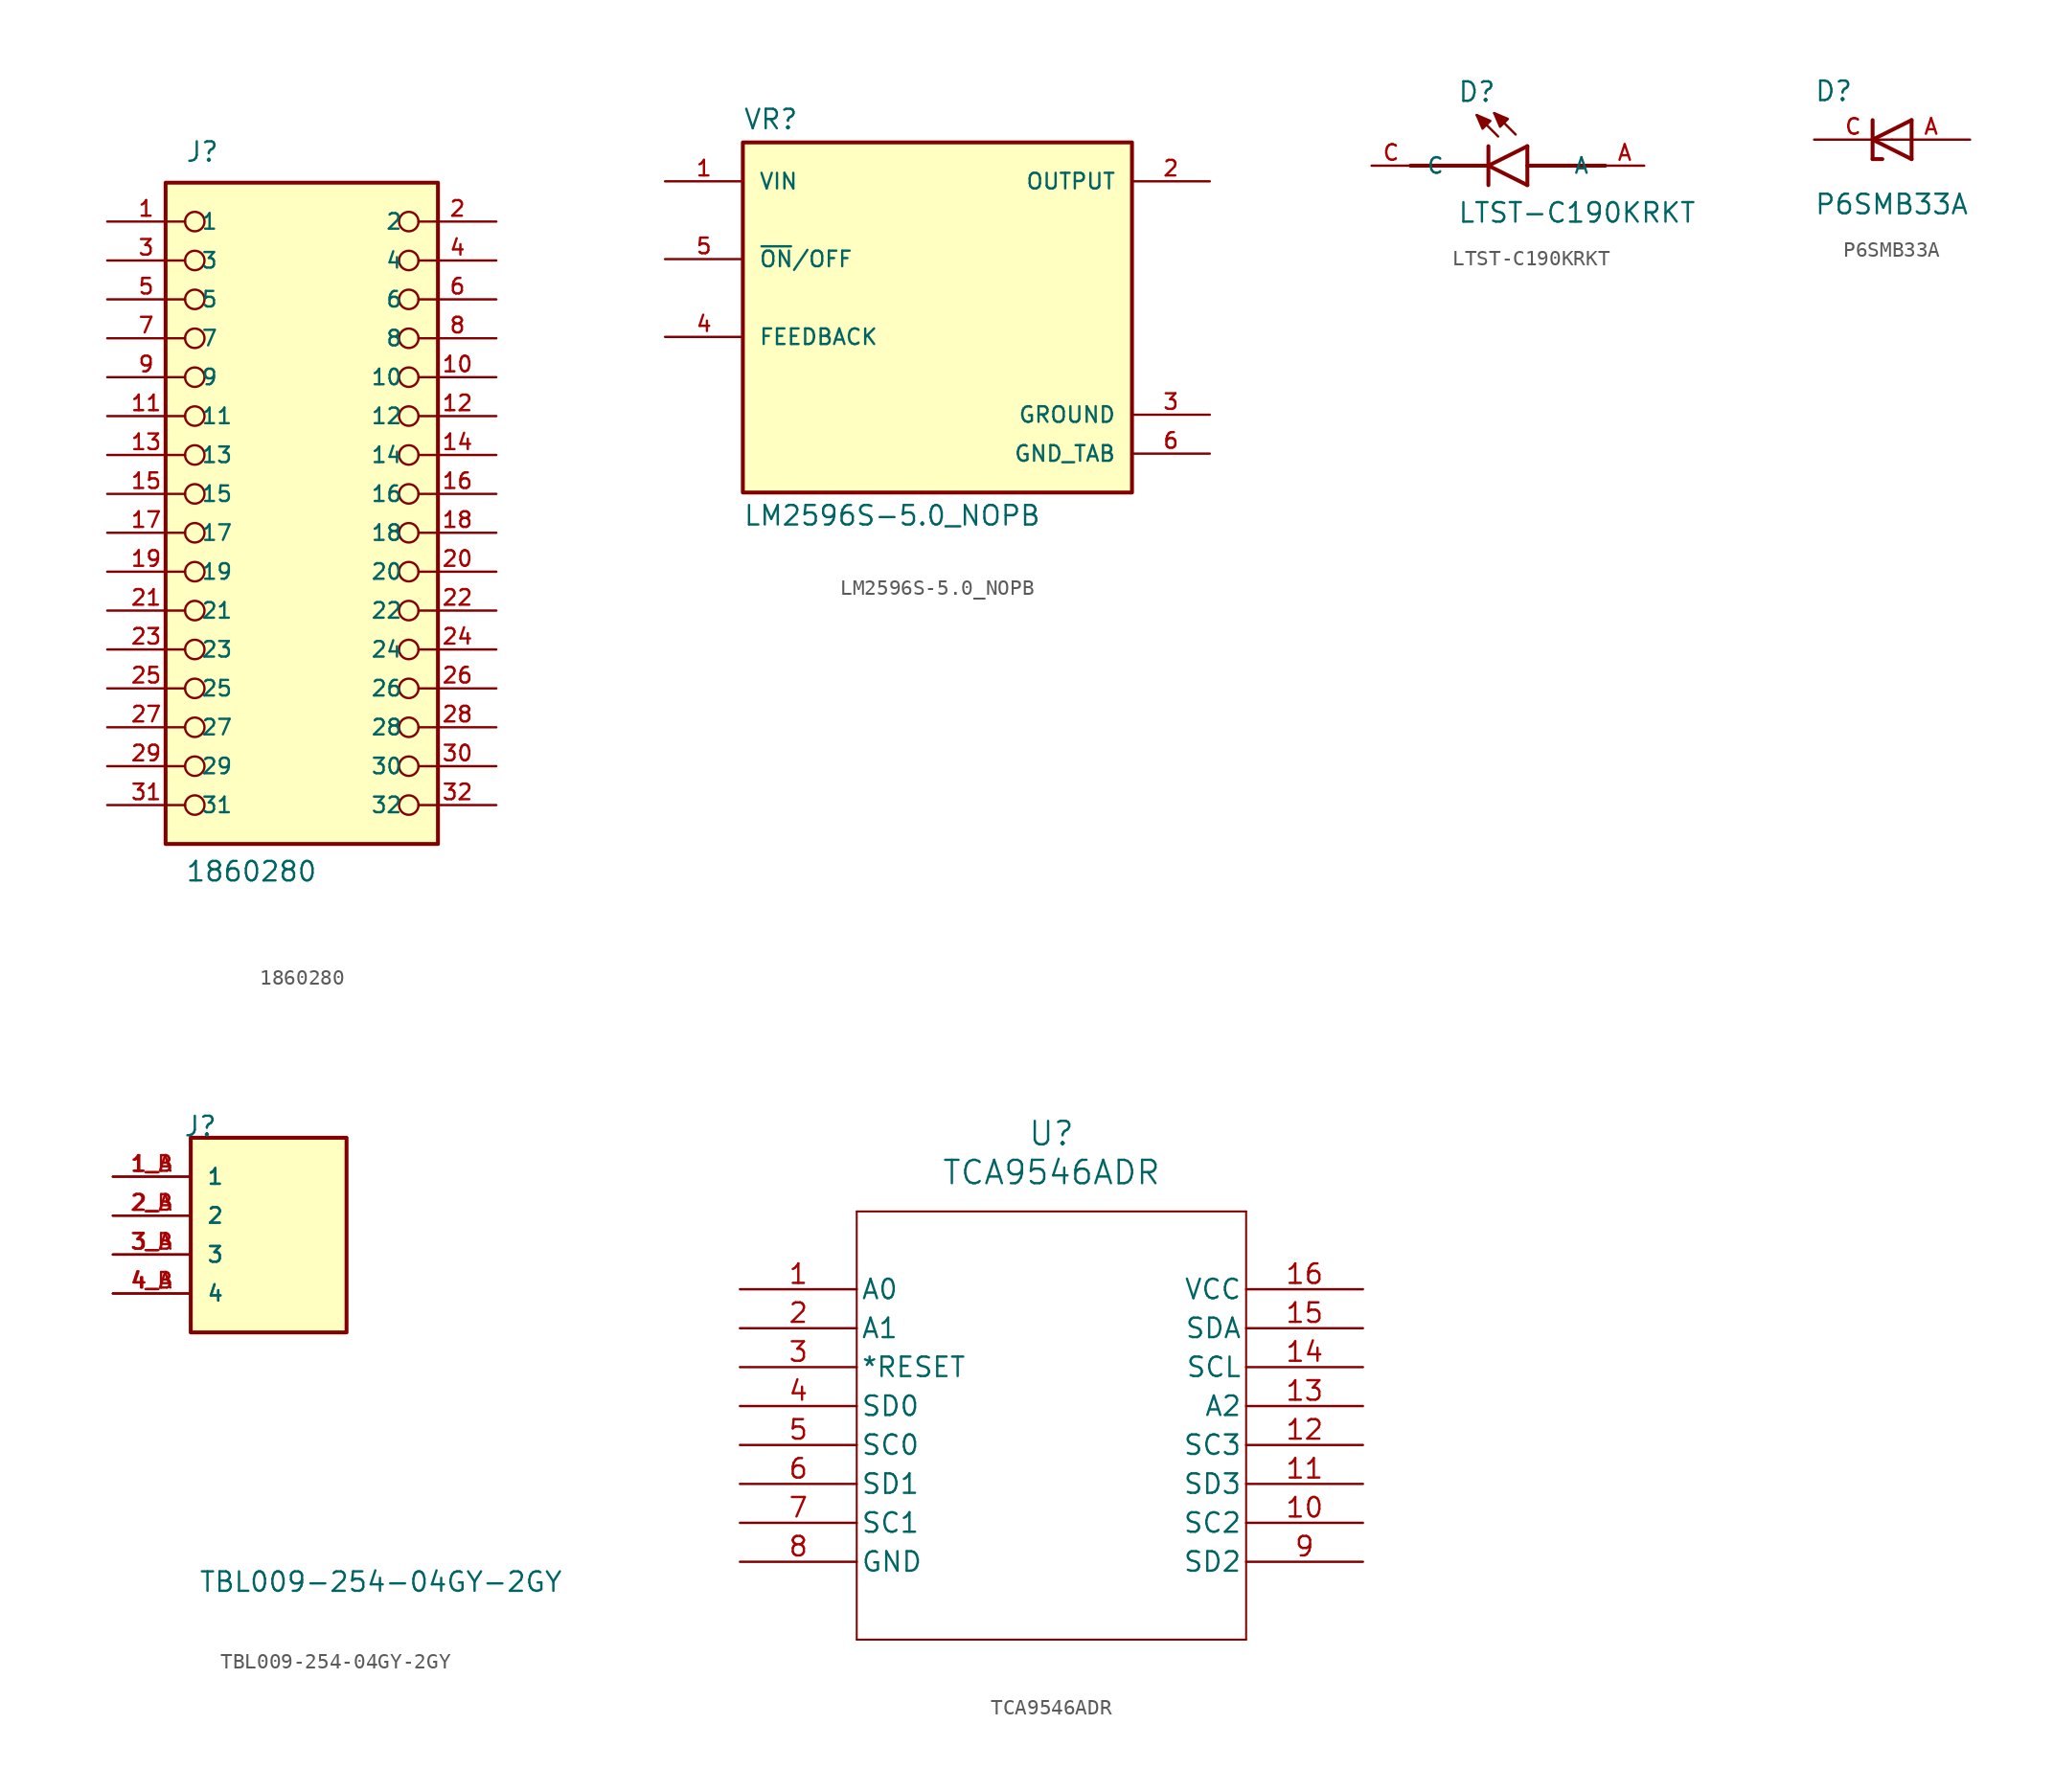
<source format=kicad_sym>
(kicad_symbol_lib
  (version 20241209)
  (generator "kicad_symbol_editor")
  (generator_version "9.0")
  (symbol "1860280"
    (pin_names
      (offset 1.016))
    (property "Reference" "J"
      (at -7.62 21.59 0)
      (effects (font (size 1.27 1.27)) (justify left bottom)))
    (property "Value" "1860280"
      (at -7.62 -25.4 0)
      (effects (font (size 1.27 1.27)) (justify left bottom)))
    (symbol "1860280_0_0"
      (rectangle (start -8.89 -22.86) (end 8.89 20.32) (stroke (width 0.254) (type default)) (fill (type background)))
      (circle (center -6.985 17.78) (radius 0.635) (stroke (width 0.152) (type default)) (fill (type none)))
      (circle (center -6.985 15.24) (radius 0.635) (stroke (width 0.152) (type default)) (fill (type none)))
      (circle (center -6.985 12.7) (radius 0.635) (stroke (width 0.152) (type default)) (fill (type none)))
      (circle (center -6.985 10.16) (radius 0.635) (stroke (width 0.152) (type default)) (fill (type none)))
      (circle (center -6.985 7.62) (radius 0.635) (stroke (width 0.152) (type default)) (fill (type none)))
      (circle (center -6.985 5.08) (radius 0.635) (stroke (width 0.152) (type default)) (fill (type none)))
      (circle (center -6.985 2.54) (radius 0.635) (stroke (width 0.152) (type default)) (fill (type none)))
      (circle (center -6.985 0) (radius 0.635) (stroke (width 0.152) (type default)) (fill (type none)))
      (circle (center -6.985 -2.54) (radius 0.635) (stroke (width 0.152) (type default)) (fill (type none)))
      (circle (center -6.985 -5.08) (radius 0.635) (stroke (width 0.152) (type default)) (fill (type none)))
      (circle (center -6.985 -7.62) (radius 0.635) (stroke (width 0.152) (type default)) (fill (type none)))
      (circle (center -6.985 -10.16) (radius 0.635) (stroke (width 0.152) (type default)) (fill (type none)))
      (circle (center -6.985 -12.7) (radius 0.635) (stroke (width 0.152) (type default)) (fill (type none)))
      (circle (center -6.985 -15.24) (radius 0.635) (stroke (width 0.152) (type default)) (fill (type none)))
      (circle (center -6.985 -17.78) (radius 0.635) (stroke (width 0.152) (type default)) (fill (type none)))
      (circle (center -6.985 -20.32) (radius 0.635) (stroke (width 0.152) (type default)) (fill (type none)))
      (circle (center 6.985 17.78) (radius 0.635) (stroke (width 0.152) (type default)) (fill (type none)))
      (circle (center 6.985 15.24) (radius 0.635) (stroke (width 0.152) (type default)) (fill (type none)))
      (circle (center 6.985 12.7) (radius 0.635) (stroke (width 0.152) (type default)) (fill (type none)))
      (circle (center 6.985 10.16) (radius 0.635) (stroke (width 0.152) (type default)) (fill (type none)))
      (circle (center 6.985 7.62) (radius 0.635) (stroke (width 0.152) (type default)) (fill (type none)))
      (circle (center 6.985 5.08) (radius 0.635) (stroke (width 0.152) (type default)) (fill (type none)))
      (circle (center 6.985 2.54) (radius 0.635) (stroke (width 0.152) (type default)) (fill (type none)))
      (circle (center 6.985 0) (radius 0.635) (stroke (width 0.152) (type default)) (fill (type none)))
      (circle (center 6.985 -2.54) (radius 0.635) (stroke (width 0.152) (type default)) (fill (type none)))
      (circle (center 6.985 -5.08) (radius 0.635) (stroke (width 0.152) (type default)) (fill (type none)))
      (circle (center 6.985 -7.62) (radius 0.635) (stroke (width 0.152) (type default)) (fill (type none)))
      (circle (center 6.985 -10.16) (radius 0.635) (stroke (width 0.152) (type default)) (fill (type none)))
      (circle (center 6.985 -12.7) (radius 0.635) (stroke (width 0.152) (type default)) (fill (type none)))
      (circle (center 6.985 -15.24) (radius 0.635) (stroke (width 0.152) (type default)) (fill (type none)))
      (circle (center 6.985 -17.78) (radius 0.635) (stroke (width 0.152) (type default)) (fill (type none)))
      (circle (center 6.985 -20.32) (radius 0.635) (stroke (width 0.152) (type default)) (fill (type none)))
      (pin passive line (at -12.7 17.78 0) (length 5.08) (name "1" (effects (font (size 1.016 1.016)))) (number "1" (effects (font (size 1.016 1.016)))))
      (pin passive line (at -12.7 15.24 0) (length 5.08) (name "3" (effects (font (size 1.016 1.016)))) (number "3" (effects (font (size 1.016 1.016)))))
      (pin passive line (at -12.7 12.7 0) (length 5.08) (name "5" (effects (font (size 1.016 1.016)))) (number "5" (effects (font (size 1.016 1.016)))))
      (pin passive line (at -12.7 10.16 0) (length 5.08) (name "7" (effects (font (size 1.016 1.016)))) (number "7" (effects (font (size 1.016 1.016)))))
      (pin passive line (at -12.7 7.62 0) (length 5.08) (name "9" (effects (font (size 1.016 1.016)))) (number "9" (effects (font (size 1.016 1.016)))))
      (pin passive line (at -12.7 5.08 0) (length 5.08) (name "11" (effects (font (size 1.016 1.016)))) (number "11" (effects (font (size 1.016 1.016)))))
      (pin passive line (at -12.7 2.54 0) (length 5.08) (name "13" (effects (font (size 1.016 1.016)))) (number "13" (effects (font (size 1.016 1.016)))))
      (pin passive line (at -12.7 0 0) (length 5.08) (name "15" (effects (font (size 1.016 1.016)))) (number "15" (effects (font (size 1.016 1.016)))))
      (pin passive line (at -12.7 -2.54 0) (length 5.08) (name "17" (effects (font (size 1.016 1.016)))) (number "17" (effects (font (size 1.016 1.016)))))
      (pin passive line (at -12.7 -5.08 0) (length 5.08) (name "19" (effects (font (size 1.016 1.016)))) (number "19" (effects (font (size 1.016 1.016)))))
      (pin passive line (at -12.7 -7.62 0) (length 5.08) (name "21" (effects (font (size 1.016 1.016)))) (number "21" (effects (font (size 1.016 1.016)))))
      (pin passive line (at -12.7 -10.16 0) (length 5.08) (name "23" (effects (font (size 1.016 1.016)))) (number "23" (effects (font (size 1.016 1.016)))))
      (pin passive line (at -12.7 -12.7 0) (length 5.08) (name "25" (effects (font (size 1.016 1.016)))) (number "25" (effects (font (size 1.016 1.016)))))
      (pin passive line (at -12.7 -15.24 0) (length 5.08) (name "27" (effects (font (size 1.016 1.016)))) (number "27" (effects (font (size 1.016 1.016)))))
      (pin passive line (at -12.7 -17.78 0) (length 5.08) (name "29" (effects (font (size 1.016 1.016)))) (number "29" (effects (font (size 1.016 1.016)))))
      (pin passive line (at -12.7 -20.32 0) (length 5.08) (name "31" (effects (font (size 1.016 1.016)))) (number "31" (effects (font (size 1.016 1.016)))))
      (pin passive line (at 12.7 17.78 180) (length 5.08) (name "2" (effects (font (size 1.016 1.016)))) (number "2" (effects (font (size 1.016 1.016)))))
      (pin passive line (at 12.7 15.24 180) (length 5.08) (name "4" (effects (font (size 1.016 1.016)))) (number "4" (effects (font (size 1.016 1.016)))))
      (pin passive line (at 12.7 12.7 180) (length 5.08) (name "6" (effects (font (size 1.016 1.016)))) (number "6" (effects (font (size 1.016 1.016)))))
      (pin passive line (at 12.7 10.16 180) (length 5.08) (name "8" (effects (font (size 1.016 1.016)))) (number "8" (effects (font (size 1.016 1.016)))))
      (pin passive line (at 12.7 7.62 180) (length 5.08) (name "10" (effects (font (size 1.016 1.016)))) (number "10" (effects (font (size 1.016 1.016)))))
      (pin passive line (at 12.7 5.08 180) (length 5.08) (name "12" (effects (font (size 1.016 1.016)))) (number "12" (effects (font (size 1.016 1.016)))))
      (pin passive line (at 12.7 2.54 180) (length 5.08) (name "14" (effects (font (size 1.016 1.016)))) (number "14" (effects (font (size 1.016 1.016)))))
      (pin passive line (at 12.7 0 180) (length 5.08) (name "16" (effects (font (size 1.016 1.016)))) (number "16" (effects (font (size 1.016 1.016)))))
      (pin passive line (at 12.7 -2.54 180) (length 5.08) (name "18" (effects (font (size 1.016 1.016)))) (number "18" (effects (font (size 1.016 1.016)))))
      (pin passive line (at 12.7 -5.08 180) (length 5.08) (name "20" (effects (font (size 1.016 1.016)))) (number "20" (effects (font (size 1.016 1.016)))))
      (pin passive line (at 12.7 -7.62 180) (length 5.08) (name "22" (effects (font (size 1.016 1.016)))) (number "22" (effects (font (size 1.016 1.016)))))
      (pin passive line (at 12.7 -10.16 180) (length 5.08) (name "24" (effects (font (size 1.016 1.016)))) (number "24" (effects (font (size 1.016 1.016)))))
      (pin passive line (at 12.7 -12.7 180) (length 5.08) (name "26" (effects (font (size 1.016 1.016)))) (number "26" (effects (font (size 1.016 1.016)))))
      (pin passive line (at 12.7 -15.24 180) (length 5.08) (name "28" (effects (font (size 1.016 1.016)))) (number "28" (effects (font (size 1.016 1.016)))))
      (pin passive line (at 12.7 -17.78 180) (length 5.08) (name "30" (effects (font (size 1.016 1.016)))) (number "30" (effects (font (size 1.016 1.016)))))
      (pin passive line (at 12.7 -20.32 180) (length 5.08) (name "32" (effects (font (size 1.016 1.016)))) (number "32" (effects (font (size 1.016 1.016)))))))
  (symbol "LM2596S-5.0_NOPB"
    (pin_names
      (offset 1.016))
    (property "Reference" "VR"
      (at -12.7 10.922 0)
      (effects (font (size 1.27 1.27)) (justify left bottom)))
    (property "Value" "LM2596S-5.0_NOPB"
      (at -12.7 -13.462 0)
      (effects (font (size 1.27 1.27)) (justify left top)))
    (symbol "LM2596S-5.0_NOPB_0_0"
      (rectangle (start -12.7 -12.7) (end 12.7 10.16) (stroke (width 0.254) (type default)) (fill (type background)))
      (pin input line (at -17.78 7.62 0) (length 5.08) (name "VIN" (effects (font (size 1.016 1.016)))) (number "1" (effects (font (size 1.016 1.016)))))
      (pin input line (at -17.78 2.54 0) (length 5.08) (name "~{ON}/OFF" (effects (font (size 1.016 1.016)))) (number "5" (effects (font (size 1.016 1.016)))))
      (pin input line (at -17.78 -2.54 0) (length 5.08) (name "FEEDBACK" (effects (font (size 1.016 1.016)))) (number "4" (effects (font (size 1.016 1.016)))))
      (pin output line (at 17.78 7.62 180) (length 5.08) (name "OUTPUT" (effects (font (size 1.016 1.016)))) (number "2" (effects (font (size 1.016 1.016)))))
      (pin power_in line (at 17.78 -7.62 180) (length 5.08) (name "GROUND" (effects (font (size 1.016 1.016)))) (number "3" (effects (font (size 1.016 1.016)))))
      (pin power_in line (at 17.78 -10.16 180) (length 5.08) (name "GND_TAB" (effects (font (size 1.016 1.016)))) (number "6" (effects (font (size 1.016 1.016)))))))
  (symbol "LTST-C190KRKT"
    (pin_names
      (offset 1.016))
    (property "Reference" "D"
      (at -2.035 4.07 0)
      (effects (font (size 1.27 1.27)) (justify left bottom)))
    (property "Value" "LTST-C190KRKT"
      (at -2.034 -3.813 0)
      (effects (font (size 1.27 1.27)) (justify left bottom)))
    (symbol "LTST-C190KRKT_0_0"
      (polyline (pts (xy -5.08 0) (xy 0 0)) (stroke (width 0.254) (type default)) (fill (type none)))
      (polyline (pts (xy -0.762 3.302) (xy 0.127 2.921) (xy -0.381 2.413) (xy -0.762 3.302)) (stroke (width 0.152) (type default)) (fill (type outline)))
      (polyline (pts (xy 0 0) (xy 0 1.27)) (stroke (width 0.254) (type default)) (fill (type none)))
      (polyline (pts (xy 0 0) (xy 2.54 1.27)) (stroke (width 0.254) (type default)) (fill (type none)))
      (polyline (pts (xy 0 -1.27) (xy 0 0)) (stroke (width 0.254) (type default)) (fill (type none)))
      (polyline (pts (xy 0.381 3.429) (xy 1.27 3.048) (xy 0.762 2.54) (xy 0.381 3.429)) (stroke (width 0.152) (type default)) (fill (type outline)))
      (polyline (pts (xy 0.635 1.905) (xy -0.762 3.302)) (stroke (width 0.152) (type default)) (fill (type none)))
      (polyline (pts (xy 1.778 2.032) (xy 0.381 3.429)) (stroke (width 0.152) (type default)) (fill (type none)))
      (polyline (pts (xy 2.54 0) (xy 7.62 0)) (stroke (width 0.254) (type default)) (fill (type none)))
      (polyline (pts (xy 2.54 -1.27) (xy 0 0)) (stroke (width 0.254) (type default)) (fill (type none)))
      (polyline (pts (xy 2.54 -1.27) (xy 2.54 1.27)) (stroke (width 0.254) (type default)) (fill (type none)))
      (pin passive line (at -7.62 0 0) (length 2.54) (name "C" (effects (font (size 1.016 1.016)))) (number "C" (effects (font (size 1.016 1.016)))))
      (pin passive line (at 10.16 0 180) (length 2.54) (name "A" (effects (font (size 1.016 1.016)))) (number "A" (effects (font (size 1.016 1.016)))))))
  (symbol "P6SMB33A"
    (pin_names
      (offset 1.016))
    (property "Reference" "D"
      (at -5.083 2.416 0)
      (effects (font (size 1.27 1.27)) (justify left bottom)))
    (property "Value" "P6SMB33A"
      (at -5.085 -4.961 0)
      (effects (font (size 1.27 1.27)) (justify left bottom)))
    (symbol "P6SMB33A_0_0"
      (polyline (pts (xy -1.27 0) (xy -1.27 1.27)) (stroke (width 0.254) (type default)) (fill (type none)))
      (polyline (pts (xy -1.27 0) (xy 1.27 -1.27)) (stroke (width 0.254) (type default)) (fill (type none)))
      (polyline (pts (xy -1.27 -1.27) (xy -1.27 0)) (stroke (width 0.254) (type default)) (fill (type none)))
      (polyline (pts (xy -0.635 -1.27) (xy -1.27 -1.27)) (stroke (width 0.254) (type default)) (fill (type none)))
      (polyline (pts (xy 1.27 1.27) (xy -1.27 0)) (stroke (width 0.254) (type default)) (fill (type none)))
      (polyline (pts (xy 1.27 -1.27) (xy 1.27 1.27)) (stroke (width 0.254) (type default)) (fill (type none)))
      (pin passive line (at -5.08 0 0) (length 5.08) (name "~" (effects (font (size 1.016 1.016)))) (number "C" (effects (font (size 1.016 1.016)))))
      (pin passive line (at 5.08 0 180) (length 5.08) (name "~" (effects (font (size 1.016 1.016)))) (number "A" (effects (font (size 1.016 1.016)))))))
  (symbol "TBL009-254-04GY-2GY"
    (pin_names
      (offset 1.016))
    (property "Reference" "J"
      (at -5.58 7.62 0)
      (effects (font (size 1.27 1.27)) (justify left bottom)))
    (property "Value" "TBL009-254-04GY-2GY"
      (at -4.572 -22.098 0)
      (effects (font (size 1.27 1.27)) (justify left bottom)))
    (symbol "TBL009-254-04GY-2GY_0_0"
      (pin passive line (at -10.16 5.08 0) (length 5.08) (name "1" (effects (font (size 1.016 1.016)))) (number "1_A" (effects (font (size 1.016 1.016)))))
      (pin passive line (at -10.16 5.08 0) (length 5.08) (name "1" (effects (font (size 1.016 1.016)))) (number "1_B" (effects (font (size 1.016 1.016)))))
      (pin passive line (at -10.16 2.54 0) (length 5.08) (name "2" (effects (font (size 1.016 1.016)))) (number "2_A" (effects (font (size 1.016 1.016)))))
      (pin passive line (at -10.16 2.54 0) (length 5.08) (name "2" (effects (font (size 1.016 1.016)))) (number "2_B" (effects (font (size 1.016 1.016)))))
      (pin passive line (at -10.16 0 0) (length 5.08) (name "3" (effects (font (size 1.016 1.016)))) (number "3_A" (effects (font (size 1.016 1.016)))))
      (pin passive line (at -10.16 0 0) (length 5.08) (name "3" (effects (font (size 1.016 1.016)))) (number "3_B" (effects (font (size 1.016 1.016)))))
      (pin passive line (at -10.16 -2.54 0) (length 5.08) (name "4" (effects (font (size 1.016 1.016)))) (number "4_A" (effects (font (size 1.016 1.016)))))
      (pin passive line (at -10.16 -2.54 0) (length 5.08) (name "4" (effects (font (size 1.016 1.016)))) (number "4_B" (effects (font (size 1.016 1.016))))))
    (symbol "TBL009-254-04GY-2GY_1_0"
      (rectangle (start -5.08 7.62) (end 5.08 -5.08) (stroke (width 0.254) (type solid)) (fill (type background)))))
  (symbol "TCA9546ADR"
    (pin_names
      (offset 0.254))
    (property "Reference" "U"
      (at 20.32 10.16 0)
      (effects (font (size 1.524 1.524))))
    (property "Value" "TCA9546ADR"
      (at 20.32 7.62 0)
      (effects (font (size 1.524 1.524))))
    (property "ki_locked" ""
      (at 0 0 0)
      (effects (font (size 1.27 1.27))))
    (symbol "TCA9546ADR_0_1"
      (polyline (pts (xy 7.62 5.08) (xy 7.62 -22.86)) (stroke (width 0.127) (type default)) (fill (type none)))
      (polyline (pts (xy 7.62 -22.86) (xy 33.02 -22.86)) (stroke (width 0.127) (type default)) (fill (type none)))
      (polyline (pts (xy 33.02 5.08) (xy 7.62 5.08)) (stroke (width 0.127) (type default)) (fill (type none)))
      (polyline (pts (xy 33.02 -22.86) (xy 33.02 5.08)) (stroke (width 0.127) (type default)) (fill (type none)))
      (pin input line (at 0 0 0) (length 7.62) (name "A0" (effects (font (size 1.27 1.27)))) (number "1" (effects (font (size 1.27 1.27)))))
      (pin input line (at 0 -2.54 0) (length 7.62) (name "A1" (effects (font (size 1.27 1.27)))) (number "2" (effects (font (size 1.27 1.27)))))
      (pin input line (at 0 -5.08 0) (length 7.62) (name "*RESET" (effects (font (size 1.27 1.27)))) (number "3" (effects (font (size 1.27 1.27)))))
      (pin unspecified line (at 0 -7.62 0) (length 7.62) (name "SD0" (effects (font (size 1.27 1.27)))) (number "4" (effects (font (size 1.27 1.27)))))
      (pin unspecified line (at 0 -10.16 0) (length 7.62) (name "SC0" (effects (font (size 1.27 1.27)))) (number "5" (effects (font (size 1.27 1.27)))))
      (pin unspecified line (at 0 -12.7 0) (length 7.62) (name "SD1" (effects (font (size 1.27 1.27)))) (number "6" (effects (font (size 1.27 1.27)))))
      (pin unspecified line (at 0 -15.24 0) (length 7.62) (name "SC1" (effects (font (size 1.27 1.27)))) (number "7" (effects (font (size 1.27 1.27)))))
      (pin power_in line (at 0 -17.78 0) (length 7.62) (name "GND" (effects (font (size 1.27 1.27)))) (number "8" (effects (font (size 1.27 1.27)))))
      (pin power_in line (at 40.64 0 180) (length 7.62) (name "VCC" (effects (font (size 1.27 1.27)))) (number "16" (effects (font (size 1.27 1.27)))))
      (pin unspecified line (at 40.64 -2.54 180) (length 7.62) (name "SDA" (effects (font (size 1.27 1.27)))) (number "15" (effects (font (size 1.27 1.27)))))
      (pin unspecified line (at 40.64 -5.08 180) (length 7.62) (name "SCL" (effects (font (size 1.27 1.27)))) (number "14" (effects (font (size 1.27 1.27)))))
      (pin input line (at 40.64 -7.62 180) (length 7.62) (name "A2" (effects (font (size 1.27 1.27)))) (number "13" (effects (font (size 1.27 1.27)))))
      (pin unspecified line (at 40.64 -10.16 180) (length 7.62) (name "SC3" (effects (font (size 1.27 1.27)))) (number "12" (effects (font (size 1.27 1.27)))))
      (pin unspecified line (at 40.64 -12.7 180) (length 7.62) (name "SD3" (effects (font (size 1.27 1.27)))) (number "11" (effects (font (size 1.27 1.27)))))
      (pin unspecified line (at 40.64 -15.24 180) (length 7.62) (name "SC2" (effects (font (size 1.27 1.27)))) (number "10" (effects (font (size 1.27 1.27)))))
      (pin unspecified line (at 40.64 -17.78 180) (length 7.62) (name "SD2" (effects (font (size 1.27 1.27)))) (number "9" (effects (font (size 1.27 1.27))))))))
</source>
